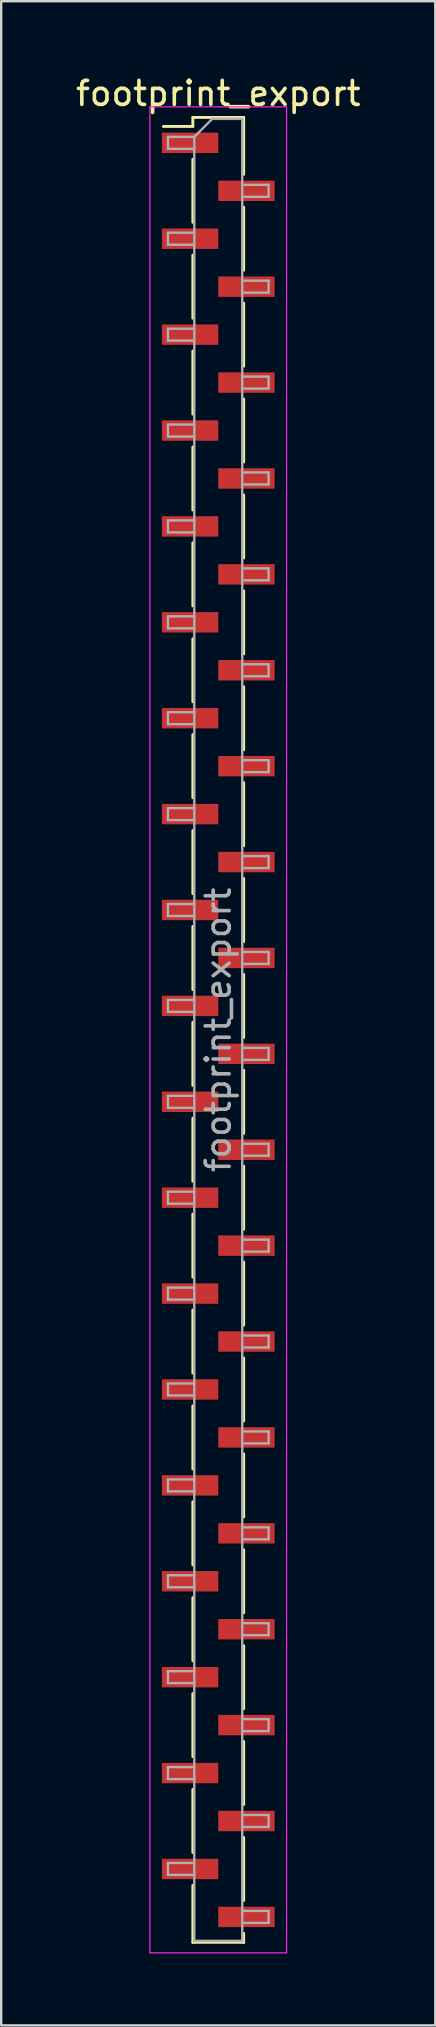
<source format=kicad_pcb>
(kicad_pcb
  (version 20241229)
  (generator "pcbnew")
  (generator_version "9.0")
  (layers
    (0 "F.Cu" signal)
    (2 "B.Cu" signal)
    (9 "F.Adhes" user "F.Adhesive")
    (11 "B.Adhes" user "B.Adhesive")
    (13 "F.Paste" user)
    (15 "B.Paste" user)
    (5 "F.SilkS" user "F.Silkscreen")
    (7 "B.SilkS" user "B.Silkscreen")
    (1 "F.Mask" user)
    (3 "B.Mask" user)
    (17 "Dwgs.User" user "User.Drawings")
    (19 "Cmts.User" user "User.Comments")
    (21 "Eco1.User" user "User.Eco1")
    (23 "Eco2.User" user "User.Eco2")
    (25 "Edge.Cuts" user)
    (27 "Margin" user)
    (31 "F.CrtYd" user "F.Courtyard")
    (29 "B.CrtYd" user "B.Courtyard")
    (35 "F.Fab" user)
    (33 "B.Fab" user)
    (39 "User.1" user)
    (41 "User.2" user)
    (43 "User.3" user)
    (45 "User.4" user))
  (footprint "footprint_export"
    (layer "F.Cu")
    (at 6.054 39.908)
    (property "Reference" "footprint_export" (at 0 -39.06 0) (layer "F.SilkS") (effects (font (size 1 1) (thickness 0.15))))
    (attr smd)
    (fp_line (start -1.06 -38.06) (end -1.06 -37.685) (stroke (width 0.12) (type solid)) (layer "F.SilkS"))
    (fp_line (start -1.06 -38.06) (end 1.06 -38.06) (stroke (width 0.12) (type solid)) (layer "F.SilkS"))
    (fp_line (start -1.06 -37.685) (end -2.29 -37.685) (stroke (width 0.12) (type solid)) (layer "F.SilkS"))
    (fp_line (start -1.06 -36.315) (end -1.06 -33.685) (stroke (width 0.12) (type solid)) (layer "F.SilkS"))
    (fp_line (start -1.06 -32.315) (end -1.06 -29.685) (stroke (width 0.12) (type solid)) (layer "F.SilkS"))
    (fp_line (start -1.06 -28.315) (end -1.06 -25.685) (stroke (width 0.12) (type solid)) (layer "F.SilkS"))
    (fp_line (start -1.06 -24.315) (end -1.06 -21.685) (stroke (width 0.12) (type solid)) (layer "F.SilkS"))
    (fp_line (start -1.06 -20.315) (end -1.06 -17.685) (stroke (width 0.12) (type solid)) (layer "F.SilkS"))
    (fp_line (start -1.06 -16.315) (end -1.06 -13.685) (stroke (width 0.12) (type solid)) (layer "F.SilkS"))
    (fp_line (start -1.06 -12.315) (end -1.06 -9.685) (stroke (width 0.12) (type solid)) (layer "F.SilkS"))
    (fp_line (start -1.06 -8.315) (end -1.06 -5.685) (stroke (width 0.12) (type solid)) (layer "F.SilkS"))
    (fp_line (start -1.06 -4.315) (end -1.06 -1.685) (stroke (width 0.12) (type solid)) (layer "F.SilkS"))
    (fp_line (start -1.06 -0.315) (end -1.06 2.315) (stroke (width 0.12) (type solid)) (layer "F.SilkS"))
    (fp_line (start -1.06 3.685) (end -1.06 6.315) (stroke (width 0.12) (type solid)) (layer "F.SilkS"))
    (fp_line (start -1.06 7.685) (end -1.06 10.315) (stroke (width 0.12) (type solid)) (layer "F.SilkS"))
    (fp_line (start -1.06 11.685) (end -1.06 14.315) (stroke (width 0.12) (type solid)) (layer "F.SilkS"))
    (fp_line (start -1.06 15.685) (end -1.06 18.315) (stroke (width 0.12) (type solid)) (layer "F.SilkS"))
    (fp_line (start -1.06 19.685) (end -1.06 22.315) (stroke (width 0.12) (type solid)) (layer "F.SilkS"))
    (fp_line (start -1.06 23.685) (end -1.06 26.315) (stroke (width 0.12) (type solid)) (layer "F.SilkS"))
    (fp_line (start -1.06 27.685) (end -1.06 30.315) (stroke (width 0.12) (type solid)) (layer "F.SilkS"))
    (fp_line (start -1.06 31.685) (end -1.06 34.315) (stroke (width 0.12) (type solid)) (layer "F.SilkS"))
    (fp_line (start -1.06 35.685) (end -1.06 38.06) (stroke (width 0.12) (type solid)) (layer "F.SilkS"))
    (fp_line (start -1.06 38.06) (end 1.06 38.06) (stroke (width 0.12) (type solid)) (layer "F.SilkS"))
    (fp_line (start 1.06 -38.06) (end 1.06 -35.685) (stroke (width 0.12) (type solid)) (layer "F.SilkS"))
    (fp_line (start 1.06 -34.315) (end 1.06 -31.685) (stroke (width 0.12) (type solid)) (layer "F.SilkS"))
    (fp_line (start 1.06 -30.315) (end 1.06 -27.685) (stroke (width 0.12) (type solid)) (layer "F.SilkS"))
    (fp_line (start 1.06 -26.315) (end 1.06 -23.685) (stroke (width 0.12) (type solid)) (layer "F.SilkS"))
    (fp_line (start 1.06 -22.315) (end 1.06 -19.685) (stroke (width 0.12) (type solid)) (layer "F.SilkS"))
    (fp_line (start 1.06 -18.315) (end 1.06 -15.685) (stroke (width 0.12) (type solid)) (layer "F.SilkS"))
    (fp_line (start 1.06 -14.315) (end 1.06 -11.685) (stroke (width 0.12) (type solid)) (layer "F.SilkS"))
    (fp_line (start 1.06 -10.315) (end 1.06 -7.685) (stroke (width 0.12) (type solid)) (layer "F.SilkS"))
    (fp_line (start 1.06 -6.315) (end 1.06 -3.685) (stroke (width 0.12) (type solid)) (layer "F.SilkS"))
    (fp_line (start 1.06 -2.315) (end 1.06 0.315) (stroke (width 0.12) (type solid)) (layer "F.SilkS"))
    (fp_line (start 1.06 1.685) (end 1.06 4.315) (stroke (width 0.12) (type solid)) (layer "F.SilkS"))
    (fp_line (start 1.06 5.685) (end 1.06 8.315) (stroke (width 0.12) (type solid)) (layer "F.SilkS"))
    (fp_line (start 1.06 9.685) (end 1.06 12.315) (stroke (width 0.12) (type solid)) (layer "F.SilkS"))
    (fp_line (start 1.06 13.685) (end 1.06 16.315) (stroke (width 0.12) (type solid)) (layer "F.SilkS"))
    (fp_line (start 1.06 17.685) (end 1.06 20.315) (stroke (width 0.12) (type solid)) (layer "F.SilkS"))
    (fp_line (start 1.06 21.685) (end 1.06 24.315) (stroke (width 0.12) (type solid)) (layer "F.SilkS"))
    (fp_line (start 1.06 25.685) (end 1.06 28.315) (stroke (width 0.12) (type solid)) (layer "F.SilkS"))
    (fp_line (start 1.06 29.685) (end 1.06 32.315) (stroke (width 0.12) (type solid)) (layer "F.SilkS"))
    (fp_line (start 1.06 33.685) (end 1.06 36.315) (stroke (width 0.12) (type solid)) (layer "F.SilkS"))
    (fp_line (start 1.06 37.685) (end 1.06 38.06) (stroke (width 0.12) (type solid)) (layer "F.SilkS"))
    (fp_line (start -2.85 -38.5) (end -2.85 38.5) (stroke (width 0.05) (type solid)) (layer "F.CrtYd"))
    (fp_line (start -2.85 38.5) (end 2.85 38.5) (stroke (width 0.05) (type solid)) (layer "F.CrtYd"))
    (fp_line (start 2.85 -38.5) (end -2.85 -38.5) (stroke (width 0.05) (type solid)) (layer "F.CrtYd"))
    (fp_line (start 2.85 38.5) (end 2.85 -38.5) (stroke (width 0.05) (type solid)) (layer "F.CrtYd"))
    (fp_line (start -2.1 -37.25) (end -2.1 -36.75) (stroke (width 0.1) (type solid)) (layer "F.Fab"))
    (fp_line (start -2.1 -36.75) (end -1 -36.75) (stroke (width 0.1) (type solid)) (layer "F.Fab"))
    (fp_line (start -2.1 -33.25) (end -2.1 -32.75) (stroke (width 0.1) (type solid)) (layer "F.Fab"))
    (fp_line (start -2.1 -32.75) (end -1 -32.75) (stroke (width 0.1) (type solid)) (layer "F.Fab"))
    (fp_line (start -2.1 -29.25) (end -2.1 -28.75) (stroke (width 0.1) (type solid)) (layer "F.Fab"))
    (fp_line (start -2.1 -28.75) (end -1 -28.75) (stroke (width 0.1) (type solid)) (layer "F.Fab"))
    (fp_line (start -2.1 -25.25) (end -2.1 -24.75) (stroke (width 0.1) (type solid)) (layer "F.Fab"))
    (fp_line (start -2.1 -24.75) (end -1 -24.75) (stroke (width 0.1) (type solid)) (layer "F.Fab"))
    (fp_line (start -2.1 -21.25) (end -2.1 -20.75) (stroke (width 0.1) (type solid)) (layer "F.Fab"))
    (fp_line (start -2.1 -20.75) (end -1 -20.75) (stroke (width 0.1) (type solid)) (layer "F.Fab"))
    (fp_line (start -2.1 -17.25) (end -2.1 -16.75) (stroke (width 0.1) (type solid)) (layer "F.Fab"))
    (fp_line (start -2.1 -16.75) (end -1 -16.75) (stroke (width 0.1) (type solid)) (layer "F.Fab"))
    (fp_line (start -2.1 -13.25) (end -2.1 -12.75) (stroke (width 0.1) (type solid)) (layer "F.Fab"))
    (fp_line (start -2.1 -12.75) (end -1 -12.75) (stroke (width 0.1) (type solid)) (layer "F.Fab"))
    (fp_line (start -2.1 -9.25) (end -2.1 -8.75) (stroke (width 0.1) (type solid)) (layer "F.Fab"))
    (fp_line (start -2.1 -8.75) (end -1 -8.75) (stroke (width 0.1) (type solid)) (layer "F.Fab"))
    (fp_line (start -2.1 -5.25) (end -2.1 -4.75) (stroke (width 0.1) (type solid)) (layer "F.Fab"))
    (fp_line (start -2.1 -4.75) (end -1 -4.75) (stroke (width 0.1) (type solid)) (layer "F.Fab"))
    (fp_line (start -2.1 -1.25) (end -2.1 -0.75) (stroke (width 0.1) (type solid)) (layer "F.Fab"))
    (fp_line (start -2.1 -0.75) (end -1 -0.75) (stroke (width 0.1) (type solid)) (layer "F.Fab"))
    (fp_line (start -2.1 2.75) (end -2.1 3.25) (stroke (width 0.1) (type solid)) (layer "F.Fab"))
    (fp_line (start -2.1 3.25) (end -1 3.25) (stroke (width 0.1) (type solid)) (layer "F.Fab"))
    (fp_line (start -2.1 6.75) (end -2.1 7.25) (stroke (width 0.1) (type solid)) (layer "F.Fab"))
    (fp_line (start -2.1 7.25) (end -1 7.25) (stroke (width 0.1) (type solid)) (layer "F.Fab"))
    (fp_line (start -2.1 10.75) (end -2.1 11.25) (stroke (width 0.1) (type solid)) (layer "F.Fab"))
    (fp_line (start -2.1 11.25) (end -1 11.25) (stroke (width 0.1) (type solid)) (layer "F.Fab"))
    (fp_line (start -2.1 14.75) (end -2.1 15.25) (stroke (width 0.1) (type solid)) (layer "F.Fab"))
    (fp_line (start -2.1 15.25) (end -1 15.25) (stroke (width 0.1) (type solid)) (layer "F.Fab"))
    (fp_line (start -2.1 18.75) (end -2.1 19.25) (stroke (width 0.1) (type solid)) (layer "F.Fab"))
    (fp_line (start -2.1 19.25) (end -1 19.25) (stroke (width 0.1) (type solid)) (layer "F.Fab"))
    (fp_line (start -2.1 22.75) (end -2.1 23.25) (stroke (width 0.1) (type solid)) (layer "F.Fab"))
    (fp_line (start -2.1 23.25) (end -1 23.25) (stroke (width 0.1) (type solid)) (layer "F.Fab"))
    (fp_line (start -2.1 26.75) (end -2.1 27.25) (stroke (width 0.1) (type solid)) (layer "F.Fab"))
    (fp_line (start -2.1 27.25) (end -1 27.25) (stroke (width 0.1) (type solid)) (layer "F.Fab"))
    (fp_line (start -2.1 30.75) (end -2.1 31.25) (stroke (width 0.1) (type solid)) (layer "F.Fab"))
    (fp_line (start -2.1 31.25) (end -1 31.25) (stroke (width 0.1) (type solid)) (layer "F.Fab"))
    (fp_line (start -2.1 34.75) (end -2.1 35.25) (stroke (width 0.1) (type solid)) (layer "F.Fab"))
    (fp_line (start -2.1 35.25) (end -1 35.25) (stroke (width 0.1) (type solid)) (layer "F.Fab"))
    (fp_line (start -1 -37.25) (end -2.1 -37.25) (stroke (width 0.1) (type solid)) (layer "F.Fab"))
    (fp_line (start -1 -37.25) (end -0.25 -38) (stroke (width 0.1) (type solid)) (layer "F.Fab"))
    (fp_line (start -1 -33.25) (end -2.1 -33.25) (stroke (width 0.1) (type solid)) (layer "F.Fab"))
    (fp_line (start -1 -29.25) (end -2.1 -29.25) (stroke (width 0.1) (type solid)) (layer "F.Fab"))
    (fp_line (start -1 -25.25) (end -2.1 -25.25) (stroke (width 0.1) (type solid)) (layer "F.Fab"))
    (fp_line (start -1 -21.25) (end -2.1 -21.25) (stroke (width 0.1) (type solid)) (layer "F.Fab"))
    (fp_line (start -1 -17.25) (end -2.1 -17.25) (stroke (width 0.1) (type solid)) (layer "F.Fab"))
    (fp_line (start -1 -13.25) (end -2.1 -13.25) (stroke (width 0.1) (type solid)) (layer "F.Fab"))
    (fp_line (start -1 -9.25) (end -2.1 -9.25) (stroke (width 0.1) (type solid)) (layer "F.Fab"))
    (fp_line (start -1 -5.25) (end -2.1 -5.25) (stroke (width 0.1) (type solid)) (layer "F.Fab"))
    (fp_line (start -1 -1.25) (end -2.1 -1.25) (stroke (width 0.1) (type solid)) (layer "F.Fab"))
    (fp_line (start -1 2.75) (end -2.1 2.75) (stroke (width 0.1) (type solid)) (layer "F.Fab"))
    (fp_line (start -1 6.75) (end -2.1 6.75) (stroke (width 0.1) (type solid)) (layer "F.Fab"))
    (fp_line (start -1 10.75) (end -2.1 10.75) (stroke (width 0.1) (type solid)) (layer "F.Fab"))
    (fp_line (start -1 14.75) (end -2.1 14.75) (stroke (width 0.1) (type solid)) (layer "F.Fab"))
    (fp_line (start -1 18.75) (end -2.1 18.75) (stroke (width 0.1) (type solid)) (layer "F.Fab"))
    (fp_line (start -1 22.75) (end -2.1 22.75) (stroke (width 0.1) (type solid)) (layer "F.Fab"))
    (fp_line (start -1 26.75) (end -2.1 26.75) (stroke (width 0.1) (type solid)) (layer "F.Fab"))
    (fp_line (start -1 30.75) (end -2.1 30.75) (stroke (width 0.1) (type solid)) (layer "F.Fab"))
    (fp_line (start -1 34.75) (end -2.1 34.75) (stroke (width 0.1) (type solid)) (layer "F.Fab"))
    (fp_line (start -1 38) (end -1 -37.25) (stroke (width 0.1) (type solid)) (layer "F.Fab"))
    (fp_line (start -0.25 -38) (end 1 -38) (stroke (width 0.1) (type solid)) (layer "F.Fab"))
    (fp_line (start 1 -38) (end 1 38) (stroke (width 0.1) (type solid)) (layer "F.Fab"))
    (fp_line (start 1 -35.25) (end 2.1 -35.25) (stroke (width 0.1) (type solid)) (layer "F.Fab"))
    (fp_line (start 1 -31.25) (end 2.1 -31.25) (stroke (width 0.1) (type solid)) (layer "F.Fab"))
    (fp_line (start 1 -27.25) (end 2.1 -27.25) (stroke (width 0.1) (type solid)) (layer "F.Fab"))
    (fp_line (start 1 -23.25) (end 2.1 -23.25) (stroke (width 0.1) (type solid)) (layer "F.Fab"))
    (fp_line (start 1 -19.25) (end 2.1 -19.25) (stroke (width 0.1) (type solid)) (layer "F.Fab"))
    (fp_line (start 1 -15.25) (end 2.1 -15.25) (stroke (width 0.1) (type solid)) (layer "F.Fab"))
    (fp_line (start 1 -11.25) (end 2.1 -11.25) (stroke (width 0.1) (type solid)) (layer "F.Fab"))
    (fp_line (start 1 -7.25) (end 2.1 -7.25) (stroke (width 0.1) (type solid)) (layer "F.Fab"))
    (fp_line (start 1 -3.25) (end 2.1 -3.25) (stroke (width 0.1) (type solid)) (layer "F.Fab"))
    (fp_line (start 1 0.75) (end 2.1 0.75) (stroke (width 0.1) (type solid)) (layer "F.Fab"))
    (fp_line (start 1 4.75) (end 2.1 4.75) (stroke (width 0.1) (type solid)) (layer "F.Fab"))
    (fp_line (start 1 8.75) (end 2.1 8.75) (stroke (width 0.1) (type solid)) (layer "F.Fab"))
    (fp_line (start 1 12.75) (end 2.1 12.75) (stroke (width 0.1) (type solid)) (layer "F.Fab"))
    (fp_line (start 1 16.75) (end 2.1 16.75) (stroke (width 0.1) (type solid)) (layer "F.Fab"))
    (fp_line (start 1 20.75) (end 2.1 20.75) (stroke (width 0.1) (type solid)) (layer "F.Fab"))
    (fp_line (start 1 24.75) (end 2.1 24.75) (stroke (width 0.1) (type solid)) (layer "F.Fab"))
    (fp_line (start 1 28.75) (end 2.1 28.75) (stroke (width 0.1) (type solid)) (layer "F.Fab"))
    (fp_line (start 1 32.75) (end 2.1 32.75) (stroke (width 0.1) (type solid)) (layer "F.Fab"))
    (fp_line (start 1 36.75) (end 2.1 36.75) (stroke (width 0.1) (type solid)) (layer "F.Fab"))
    (fp_line (start 1 38) (end -1 38) (stroke (width 0.1) (type solid)) (layer "F.Fab"))
    (fp_line (start 2.1 -35.25) (end 2.1 -34.75) (stroke (width 0.1) (type solid)) (layer "F.Fab"))
    (fp_line (start 2.1 -34.75) (end 1 -34.75) (stroke (width 0.1) (type solid)) (layer "F.Fab"))
    (fp_line (start 2.1 -31.25) (end 2.1 -30.75) (stroke (width 0.1) (type solid)) (layer "F.Fab"))
    (fp_line (start 2.1 -30.75) (end 1 -30.75) (stroke (width 0.1) (type solid)) (layer "F.Fab"))
    (fp_line (start 2.1 -27.25) (end 2.1 -26.75) (stroke (width 0.1) (type solid)) (layer "F.Fab"))
    (fp_line (start 2.1 -26.75) (end 1 -26.75) (stroke (width 0.1) (type solid)) (layer "F.Fab"))
    (fp_line (start 2.1 -23.25) (end 2.1 -22.75) (stroke (width 0.1) (type solid)) (layer "F.Fab"))
    (fp_line (start 2.1 -22.75) (end 1 -22.75) (stroke (width 0.1) (type solid)) (layer "F.Fab"))
    (fp_line (start 2.1 -19.25) (end 2.1 -18.75) (stroke (width 0.1) (type solid)) (layer "F.Fab"))
    (fp_line (start 2.1 -18.75) (end 1 -18.75) (stroke (width 0.1) (type solid)) (layer "F.Fab"))
    (fp_line (start 2.1 -15.25) (end 2.1 -14.75) (stroke (width 0.1) (type solid)) (layer "F.Fab"))
    (fp_line (start 2.1 -14.75) (end 1 -14.75) (stroke (width 0.1) (type solid)) (layer "F.Fab"))
    (fp_line (start 2.1 -11.25) (end 2.1 -10.75) (stroke (width 0.1) (type solid)) (layer "F.Fab"))
    (fp_line (start 2.1 -10.75) (end 1 -10.75) (stroke (width 0.1) (type solid)) (layer "F.Fab"))
    (fp_line (start 2.1 -7.25) (end 2.1 -6.75) (stroke (width 0.1) (type solid)) (layer "F.Fab"))
    (fp_line (start 2.1 -6.75) (end 1 -6.75) (stroke (width 0.1) (type solid)) (layer "F.Fab"))
    (fp_line (start 2.1 -3.25) (end 2.1 -2.75) (stroke (width 0.1) (type solid)) (layer "F.Fab"))
    (fp_line (start 2.1 -2.75) (end 1 -2.75) (stroke (width 0.1) (type solid)) (layer "F.Fab"))
    (fp_line (start 2.1 0.75) (end 2.1 1.25) (stroke (width 0.1) (type solid)) (layer "F.Fab"))
    (fp_line (start 2.1 1.25) (end 1 1.25) (stroke (width 0.1) (type solid)) (layer "F.Fab"))
    (fp_line (start 2.1 4.75) (end 2.1 5.25) (stroke (width 0.1) (type solid)) (layer "F.Fab"))
    (fp_line (start 2.1 5.25) (end 1 5.25) (stroke (width 0.1) (type solid)) (layer "F.Fab"))
    (fp_line (start 2.1 8.75) (end 2.1 9.25) (stroke (width 0.1) (type solid)) (layer "F.Fab"))
    (fp_line (start 2.1 9.25) (end 1 9.25) (stroke (width 0.1) (type solid)) (layer "F.Fab"))
    (fp_line (start 2.1 12.75) (end 2.1 13.25) (stroke (width 0.1) (type solid)) (layer "F.Fab"))
    (fp_line (start 2.1 13.25) (end 1 13.25) (stroke (width 0.1) (type solid)) (layer "F.Fab"))
    (fp_line (start 2.1 16.75) (end 2.1 17.25) (stroke (width 0.1) (type solid)) (layer "F.Fab"))
    (fp_line (start 2.1 17.25) (end 1 17.25) (stroke (width 0.1) (type solid)) (layer "F.Fab"))
    (fp_line (start 2.1 20.75) (end 2.1 21.25) (stroke (width 0.1) (type solid)) (layer "F.Fab"))
    (fp_line (start 2.1 21.25) (end 1 21.25) (stroke (width 0.1) (type solid)) (layer "F.Fab"))
    (fp_line (start 2.1 24.75) (end 2.1 25.25) (stroke (width 0.1) (type solid)) (layer "F.Fab"))
    (fp_line (start 2.1 25.25) (end 1 25.25) (stroke (width 0.1) (type solid)) (layer "F.Fab"))
    (fp_line (start 2.1 28.75) (end 2.1 29.25) (stroke (width 0.1) (type solid)) (layer "F.Fab"))
    (fp_line (start 2.1 29.25) (end 1 29.25) (stroke (width 0.1) (type solid)) (layer "F.Fab"))
    (fp_line (start 2.1 32.75) (end 2.1 33.25) (stroke (width 0.1) (type solid)) (layer "F.Fab"))
    (fp_line (start 2.1 33.25) (end 1 33.25) (stroke (width 0.1) (type solid)) (layer "F.Fab"))
    (fp_line (start 2.1 36.75) (end 2.1 37.25) (stroke (width 0.1) (type solid)) (layer "F.Fab"))
    (fp_line (start 2.1 37.25) (end 1 37.25) (stroke (width 0.1) (type solid)) (layer "F.Fab"))
    (fp_text user "${REFERENCE}" (at 0 0 90) (layer "F.Fab") (effects (font (size 1 1) (thickness 0.15))))
    (pad "1" smd rect (at -1.175 -37) (size 2.35 0.85) (layers "F.Cu" "F.Mask" "F.Paste"))
    (pad "2" smd rect (at 1.175 -35) (size 2.35 0.85) (layers "F.Cu" "F.Mask" "F.Paste"))
    (pad "3" smd rect (at -1.175 -33) (size 2.35 0.85) (layers "F.Cu" "F.Mask" "F.Paste"))
    (pad "4" smd rect (at 1.175 -31) (size 2.35 0.85) (layers "F.Cu" "F.Mask" "F.Paste"))
    (pad "5" smd rect (at -1.175 -29) (size 2.35 0.85) (layers "F.Cu" "F.Mask" "F.Paste"))
    (pad "6" smd rect (at 1.175 -27) (size 2.35 0.85) (layers "F.Cu" "F.Mask" "F.Paste"))
    (pad "7" smd rect (at -1.175 -25) (size 2.35 0.85) (layers "F.Cu" "F.Mask" "F.Paste"))
    (pad "8" smd rect (at 1.175 -23) (size 2.35 0.85) (layers "F.Cu" "F.Mask" "F.Paste"))
    (pad "9" smd rect (at -1.175 -21) (size 2.35 0.85) (layers "F.Cu" "F.Mask" "F.Paste"))
    (pad "10" smd rect (at 1.175 -19) (size 2.35 0.85) (layers "F.Cu" "F.Mask" "F.Paste"))
    (pad "11" smd rect (at -1.175 -17) (size 2.35 0.85) (layers "F.Cu" "F.Mask" "F.Paste"))
    (pad "12" smd rect (at 1.175 -15) (size 2.35 0.85) (layers "F.Cu" "F.Mask" "F.Paste"))
    (pad "13" smd rect (at -1.175 -13) (size 2.35 0.85) (layers "F.Cu" "F.Mask" "F.Paste"))
    (pad "14" smd rect (at 1.175 -11) (size 2.35 0.85) (layers "F.Cu" "F.Mask" "F.Paste"))
    (pad "15" smd rect (at -1.175 -9) (size 2.35 0.85) (layers "F.Cu" "F.Mask" "F.Paste"))
    (pad "16" smd rect (at 1.175 -7) (size 2.35 0.85) (layers "F.Cu" "F.Mask" "F.Paste"))
    (pad "17" smd rect (at -1.175 -5) (size 2.35 0.85) (layers "F.Cu" "F.Mask" "F.Paste"))
    (pad "18" smd rect (at 1.175 -3) (size 2.35 0.85) (layers "F.Cu" "F.Mask" "F.Paste"))
    (pad "19" smd rect (at -1.175 -1) (size 2.35 0.85) (layers "F.Cu" "F.Mask" "F.Paste"))
    (pad "20" smd rect (at 1.175 1) (size 2.35 0.85) (layers "F.Cu" "F.Mask" "F.Paste"))
    (pad "21" smd rect (at -1.175 3) (size 2.35 0.85) (layers "F.Cu" "F.Mask" "F.Paste"))
    (pad "22" smd rect (at 1.175 5) (size 2.35 0.85) (layers "F.Cu" "F.Mask" "F.Paste"))
    (pad "23" smd rect (at -1.175 7) (size 2.35 0.85) (layers "F.Cu" "F.Mask" "F.Paste"))
    (pad "24" smd rect (at 1.175 9) (size 2.35 0.85) (layers "F.Cu" "F.Mask" "F.Paste"))
    (pad "25" smd rect (at -1.175 11) (size 2.35 0.85) (layers "F.Cu" "F.Mask" "F.Paste"))
    (pad "26" smd rect (at 1.175 13) (size 2.35 0.85) (layers "F.Cu" "F.Mask" "F.Paste"))
    (pad "27" smd rect (at -1.175 15) (size 2.35 0.85) (layers "F.Cu" "F.Mask" "F.Paste"))
    (pad "28" smd rect (at 1.175 17) (size 2.35 0.85) (layers "F.Cu" "F.Mask" "F.Paste"))
    (pad "29" smd rect (at -1.175 19) (size 2.35 0.85) (layers "F.Cu" "F.Mask" "F.Paste"))
    (pad "30" smd rect (at 1.175 21) (size 2.35 0.85) (layers "F.Cu" "F.Mask" "F.Paste"))
    (pad "31" smd rect (at -1.175 23) (size 2.35 0.85) (layers "F.Cu" "F.Mask" "F.Paste"))
    (pad "32" smd rect (at 1.175 25) (size 2.35 0.85) (layers "F.Cu" "F.Mask" "F.Paste"))
    (pad "33" smd rect (at -1.175 27) (size 2.35 0.85) (layers "F.Cu" "F.Mask" "F.Paste"))
    (pad "34" smd rect (at 1.175 29) (size 2.35 0.85) (layers "F.Cu" "F.Mask" "F.Paste"))
    (pad "35" smd rect (at -1.175 31) (size 2.35 0.85) (layers "F.Cu" "F.Mask" "F.Paste"))
    (pad "36" smd rect (at 1.175 33) (size 2.35 0.85) (layers "F.Cu" "F.Mask" "F.Paste"))
    (pad "37" smd rect (at -1.175 35) (size 2.35 0.85) (layers "F.Cu" "F.Mask" "F.Paste"))
    (pad "38" smd rect (at 1.175 37) (size 2.35 0.85) (layers "F.Cu" "F.Mask" "F.Paste")))
  (gr_rect
    (start -3 -3)
    (end 15.107 81.433)
    (stroke (width 0.1) (type default))
    (fill no)
    (layer "Edge.Cuts")))
</source>
